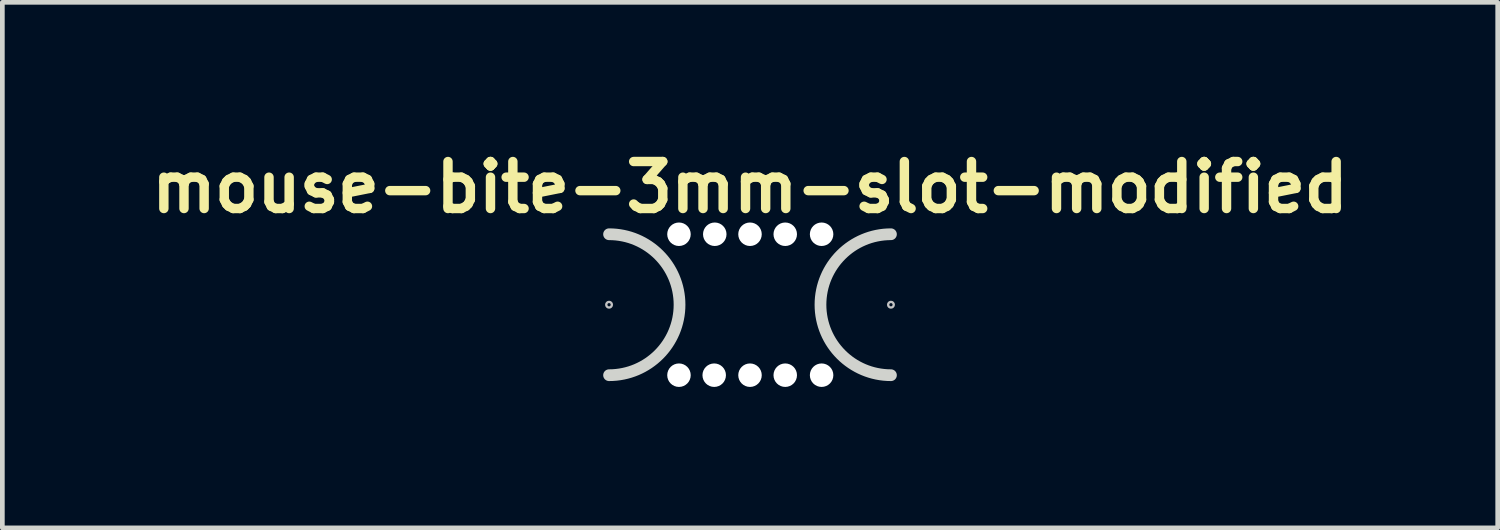
<source format=kicad_pcb>
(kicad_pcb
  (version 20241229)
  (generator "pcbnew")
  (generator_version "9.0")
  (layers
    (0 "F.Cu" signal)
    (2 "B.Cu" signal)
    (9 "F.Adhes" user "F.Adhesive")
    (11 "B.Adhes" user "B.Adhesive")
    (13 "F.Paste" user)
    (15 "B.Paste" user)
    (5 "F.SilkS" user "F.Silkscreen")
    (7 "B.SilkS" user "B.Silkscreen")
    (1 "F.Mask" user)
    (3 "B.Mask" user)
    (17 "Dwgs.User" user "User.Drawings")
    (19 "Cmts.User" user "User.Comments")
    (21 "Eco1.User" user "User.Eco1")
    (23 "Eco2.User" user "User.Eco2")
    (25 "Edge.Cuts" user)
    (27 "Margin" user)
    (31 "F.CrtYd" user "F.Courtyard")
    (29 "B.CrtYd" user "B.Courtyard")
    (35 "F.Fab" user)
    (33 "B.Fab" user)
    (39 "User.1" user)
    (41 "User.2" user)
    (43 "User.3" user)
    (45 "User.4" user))
  (footprint "mouse-bite-3mm-slot-modified"
    (layer "F.Cu")
    (at 12.914 3.436)
    (property "Reference" "mouse-bite-3mm-slot-modified" (at 0 -2.5 0) (layer "F.SilkS") (effects (font (size 1 1) (thickness 0.2))))
    (attr through_hole)
    (fp_arc (start -3 -1.5) (mid -1.5 0) (end -3 1.5) (stroke (width 0.1) (type solid)) (layer "F.SilkS"))
    (fp_arc (start 3 1.5) (mid 1.5 0) (end 3 -1.5) (stroke (width 0.1) (type solid)) (layer "F.SilkS"))
    (fp_circle (center -3 0) (end -3 -0.06) (stroke (width 0.05) (type solid)) (fill no) (layer "Dwgs.User"))
    (fp_circle (center 3 0) (end 3.06 0) (stroke (width 0.05) (type solid)) (fill no) (layer "Dwgs.User"))
    (fp_line (start -3 0) (end -3 0) (stroke (width 3) (type solid)) (layer "Eco1.User"))
    (fp_line (start 3 0) (end 3 0) (stroke (width 3) (type solid)) (layer "Eco1.User"))
    (fp_arc (start -3 -1.5) (mid -1.5 0) (end -3 1.5) (stroke (width 0.25) (type solid)) (layer "Edge.Cuts"))
    (fp_arc (start 3 1.5) (mid 1.5 0) (end 3 -1.5) (stroke (width 0.25) (type solid)) (layer "Edge.Cuts"))
    (pad "" np_thru_hole circle (at -1.512 -1.5) (size 0.5 0.5) (drill 0.5) (layers "*.Cu" "*.Mask"))
    (pad "" np_thru_hole circle (at -1.512 1.5) (size 0.5 0.5) (drill 0.5) (layers "*.Cu" "*.Mask"))
    (pad "" np_thru_hole circle (at -0.762 1.5) (size 0.5 0.5) (drill 0.5) (layers "*.Cu" "*.Mask"))
    (pad "" np_thru_hole circle (at -0.75 -1.5) (size 0.5 0.5) (drill 0.5) (layers "*.Cu" "*.Mask"))
    (pad "" np_thru_hole circle (at 0 -1.5) (size 0.5 0.5) (drill 0.5) (layers "*.Cu" "*.Mask"))
    (pad "" np_thru_hole circle (at 0 1.5) (size 0.5 0.5) (drill 0.5) (layers "*.Cu" "*.Mask"))
    (pad "" np_thru_hole circle (at 0.75 -1.5) (size 0.5 0.5) (drill 0.5) (layers "*.Cu" "*.Mask"))
    (pad "" np_thru_hole circle (at 0.75 1.5) (size 0.5 0.5) (drill 0.5) (layers "*.Cu" "*.Mask"))
    (pad "" np_thru_hole circle (at 1.524 -1.5) (size 0.5 0.5) (drill 0.5) (layers "*.Cu" "*.Mask"))
    (pad "" np_thru_hole circle (at 1.524 1.5) (size 0.5 0.5) (drill 0.5) (layers "*.Cu" "*.Mask")))
  (gr_rect
    (start -3 -3)
    (end 28.829 8.186)
    (stroke (width 0.1) (type default))
    (fill no)
    (layer "Edge.Cuts")))
</source>
